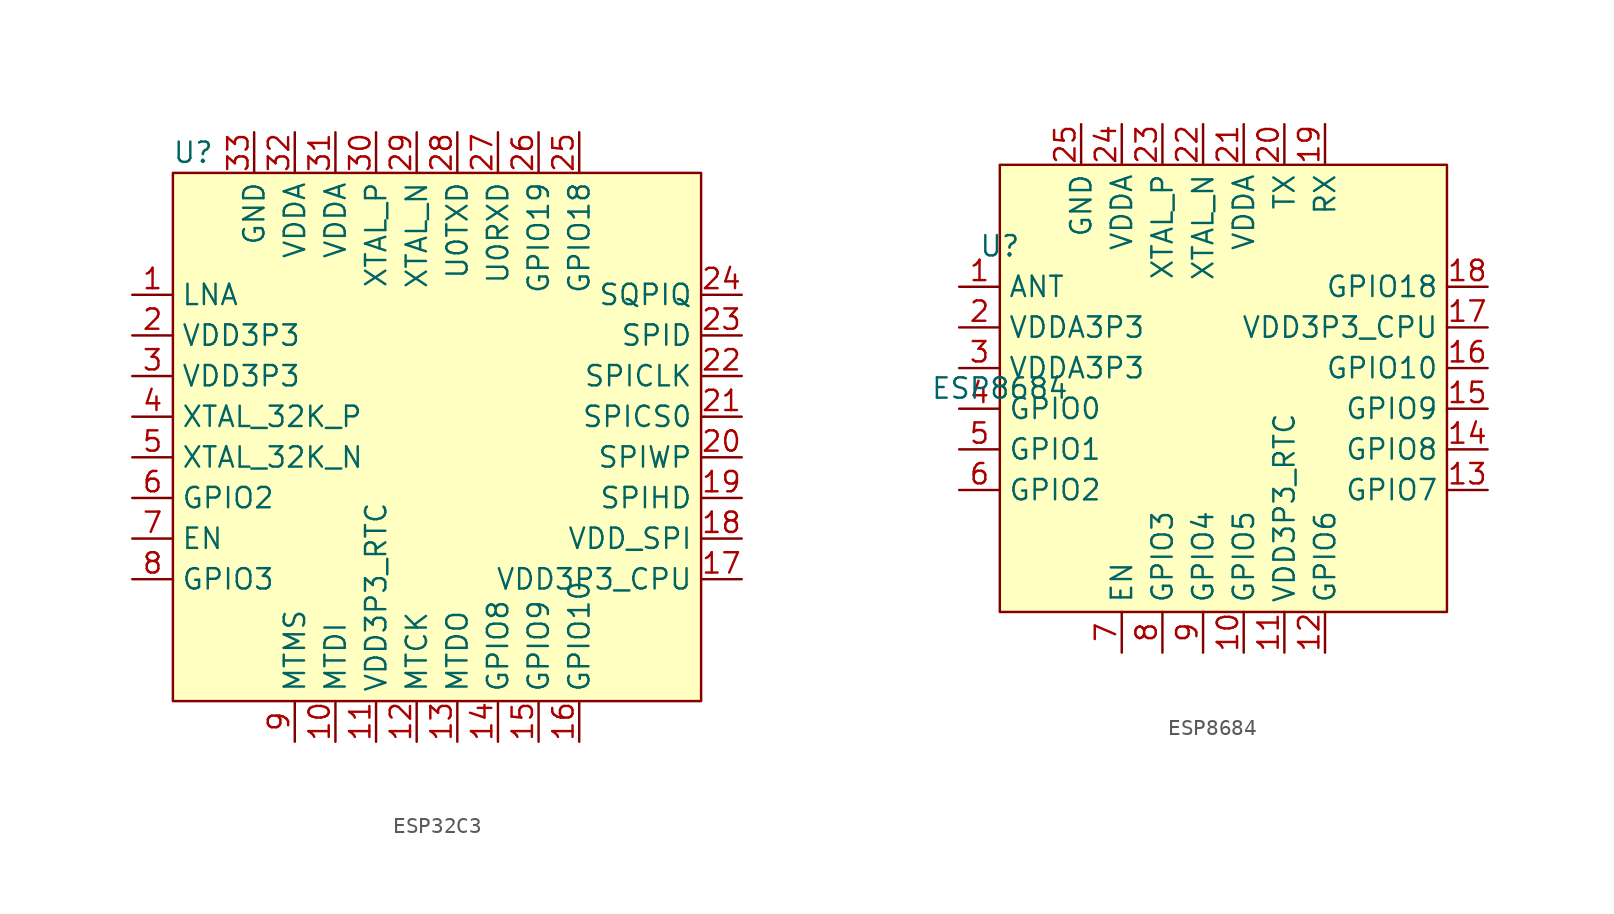
<source format=kicad_sym>
(kicad_symbol_lib
  (version 20220914)
  (generator kicad_symbol_editor)
  (symbol "ESP32C3"
    (property "Reference" "U"
      (at -15.24 17.78 0)
      (effects (font (size 1.27 1.27))))
    (property "Value" ""
      (at -15.24 -7.62 0)
      (effects (font (size 1.27 1.27))))
    (symbol "ESP32C3_1_1"
      (rectangle (start -16.51 16.51) (end 16.51 -16.51) (stroke (width 0) (type default)) (fill (type background)))
      (pin bidirectional line (at -19.05 8.89 0) (length 2.54) (name "LNA" (effects (font (size 1.27 1.27)))) (number "1" (effects (font (size 1.27 1.27)))))
      (pin bidirectional line (at -6.35 -19.05 90) (length 2.54) (name "MTDI" (effects (font (size 1.27 1.27)))) (number "10" (effects (font (size 1.27 1.27)))))
      (pin bidirectional line (at -3.81 -19.05 90) (length 2.54) (name "VDD3P3_RTC" (effects (font (size 1.27 1.27)))) (number "11" (effects (font (size 1.27 1.27)))))
      (pin bidirectional line (at -1.27 -19.05 90) (length 2.54) (name "MTCK" (effects (font (size 1.27 1.27)))) (number "12" (effects (font (size 1.27 1.27)))))
      (pin bidirectional line (at 1.27 -19.05 90) (length 2.54) (name "MTDO" (effects (font (size 1.27 1.27)))) (number "13" (effects (font (size 1.27 1.27)))))
      (pin bidirectional line (at 3.81 -19.05 90) (length 2.54) (name "GPIO8" (effects (font (size 1.27 1.27)))) (number "14" (effects (font (size 1.27 1.27)))))
      (pin bidirectional line (at 6.35 -19.05 90) (length 2.54) (name "GPIO9" (effects (font (size 1.27 1.27)))) (number "15" (effects (font (size 1.27 1.27)))))
      (pin bidirectional line (at 8.89 -19.05 90) (length 2.54) (name "GPIO10" (effects (font (size 1.27 1.27)))) (number "16" (effects (font (size 1.27 1.27)))))
      (pin power_in line (at 19.05 -8.89 180) (length 2.54) (name "VDD3P3_CPU" (effects (font (size 1.27 1.27)))) (number "17" (effects (font (size 1.27 1.27)))))
      (pin power_out line (at 19.05 -6.35 180) (length 2.54) (name "VDD_SPI" (effects (font (size 1.27 1.27)))) (number "18" (effects (font (size 1.27 1.27)))))
      (pin bidirectional line (at 19.05 -3.81 180) (length 2.54) (name "SPIHD" (effects (font (size 1.27 1.27)))) (number "19" (effects (font (size 1.27 1.27)))))
      (pin power_in line (at -19.05 6.35 0) (length 2.54) (name "VDD3P3" (effects (font (size 1.27 1.27)))) (number "2" (effects (font (size 1.27 1.27)))))
      (pin bidirectional line (at 19.05 -1.27 180) (length 2.54) (name "SPIWP" (effects (font (size 1.27 1.27)))) (number "20" (effects (font (size 1.27 1.27)))))
      (pin bidirectional line (at 19.05 1.27 180) (length 2.54) (name "SPICS0" (effects (font (size 1.27 1.27)))) (number "21" (effects (font (size 1.27 1.27)))))
      (pin bidirectional line (at 19.05 3.81 180) (length 2.54) (name "SPICLK" (effects (font (size 1.27 1.27)))) (number "22" (effects (font (size 1.27 1.27)))))
      (pin bidirectional line (at 19.05 6.35 180) (length 2.54) (name "SPID" (effects (font (size 1.27 1.27)))) (number "23" (effects (font (size 1.27 1.27)))))
      (pin bidirectional line (at 19.05 8.89 180) (length 2.54) (name "SQPIQ" (effects (font (size 1.27 1.27)))) (number "24" (effects (font (size 1.27 1.27)))))
      (pin bidirectional line (at 8.89 19.05 270) (length 2.54) (name "GPIO18" (effects (font (size 1.27 1.27)))) (number "25" (effects (font (size 1.27 1.27)))))
      (pin bidirectional line (at 6.35 19.05 270) (length 2.54) (name "GPIO19" (effects (font (size 1.27 1.27)))) (number "26" (effects (font (size 1.27 1.27)))))
      (pin bidirectional line (at 3.81 19.05 270) (length 2.54) (name "U0RXD" (effects (font (size 1.27 1.27)))) (number "27" (effects (font (size 1.27 1.27)))))
      (pin bidirectional line (at 1.27 19.05 270) (length 2.54) (name "U0TXD" (effects (font (size 1.27 1.27)))) (number "28" (effects (font (size 1.27 1.27)))))
      (pin bidirectional line (at -1.27 19.05 270) (length 2.54) (name "XTAL_N" (effects (font (size 1.27 1.27)))) (number "29" (effects (font (size 1.27 1.27)))))
      (pin power_in line (at -19.05 3.81 0) (length 2.54) (name "VDD3P3" (effects (font (size 1.27 1.27)))) (number "3" (effects (font (size 1.27 1.27)))))
      (pin bidirectional line (at -3.81 19.05 270) (length 2.54) (name "XTAL_P" (effects (font (size 1.27 1.27)))) (number "30" (effects (font (size 1.27 1.27)))))
      (pin power_in line (at -6.35 19.05 270) (length 2.54) (name "VDDA" (effects (font (size 1.27 1.27)))) (number "31" (effects (font (size 1.27 1.27)))))
      (pin power_in line (at -8.89 19.05 270) (length 2.54) (name "VDDA" (effects (font (size 1.27 1.27)))) (number "32" (effects (font (size 1.27 1.27)))))
      (pin power_in line (at -11.43 19.05 270) (length 2.54) (name "GND" (effects (font (size 1.27 1.27)))) (number "33" (effects (font (size 1.27 1.27)))))
      (pin bidirectional line (at -19.05 1.27 0) (length 2.54) (name "XTAL_32K_P" (effects (font (size 1.27 1.27)))) (number "4" (effects (font (size 1.27 1.27)))))
      (pin bidirectional line (at -19.05 -1.27 0) (length 2.54) (name "XTAL_32K_N" (effects (font (size 1.27 1.27)))) (number "5" (effects (font (size 1.27 1.27)))))
      (pin bidirectional line (at -19.05 -3.81 0) (length 2.54) (name "GPIO2" (effects (font (size 1.27 1.27)))) (number "6" (effects (font (size 1.27 1.27)))))
      (pin bidirectional line (at -19.05 -6.35 0) (length 2.54) (name "EN" (effects (font (size 1.27 1.27)))) (number "7" (effects (font (size 1.27 1.27)))))
      (pin bidirectional line (at -19.05 -8.89 0) (length 2.54) (name "GPIO3" (effects (font (size 1.27 1.27)))) (number "8" (effects (font (size 1.27 1.27)))))
      (pin bidirectional line (at -8.89 -19.05 90) (length 2.54) (name "MTMS" (effects (font (size 1.27 1.27)))) (number "9" (effects (font (size 1.27 1.27)))))))
  (symbol "ESP8684"
    (property "Reference" "U"
      (at -13.97 8.89 0)
      (effects (font (size 1.27 1.27))))
    (property "Value" "ESP8684"
      (at -13.97 0 0)
      (effects (font (size 1.27 1.27))))
    (symbol "ESP8684_1_1"
      (rectangle (start -13.97 13.97) (end 13.97 -13.97) (stroke (width 0) (type default)) (fill (type background)))
      (pin bidirectional line (at -16.51 6.35 0) (length 2.54) (name "ANT" (effects (font (size 1.27 1.27)))) (number "1" (effects (font (size 1.27 1.27)))))
      (pin bidirectional line (at 1.27 -16.51 90) (length 2.54) (name "GPIO5" (effects (font (size 1.27 1.27)))) (number "10" (effects (font (size 1.27 1.27)))))
      (pin power_in line (at 3.81 -16.51 90) (length 2.54) (name "VDD3P3_RTC" (effects (font (size 1.27 1.27)))) (number "11" (effects (font (size 1.27 1.27)))))
      (pin bidirectional line (at 6.35 -16.51 90) (length 2.54) (name "GPIO6" (effects (font (size 1.27 1.27)))) (number "12" (effects (font (size 1.27 1.27)))))
      (pin bidirectional line (at 16.51 -6.35 180) (length 2.54) (name "GPIO7" (effects (font (size 1.27 1.27)))) (number "13" (effects (font (size 1.27 1.27)))))
      (pin bidirectional line (at 16.51 -3.81 180) (length 2.54) (name "GPIO8" (effects (font (size 1.27 1.27)))) (number "14" (effects (font (size 1.27 1.27)))))
      (pin bidirectional line (at 16.51 -1.27 180) (length 2.54) (name "GPIO9" (effects (font (size 1.27 1.27)))) (number "15" (effects (font (size 1.27 1.27)))))
      (pin bidirectional line (at 16.51 1.27 180) (length 2.54) (name "GPIO10" (effects (font (size 1.27 1.27)))) (number "16" (effects (font (size 1.27 1.27)))))
      (pin bidirectional line (at 16.51 3.81 180) (length 2.54) (name "VDD3P3_CPU" (effects (font (size 1.27 1.27)))) (number "17" (effects (font (size 1.27 1.27)))))
      (pin bidirectional line (at 16.51 6.35 180) (length 2.54) (name "GPIO18" (effects (font (size 1.27 1.27)))) (number "18" (effects (font (size 1.27 1.27)))))
      (pin bidirectional line (at 6.35 16.51 270) (length 2.54) (name "RX" (effects (font (size 1.27 1.27)))) (number "19" (effects (font (size 1.27 1.27)))))
      (pin power_in line (at -16.51 3.81 0) (length 2.54) (name "VDDA3P3" (effects (font (size 1.27 1.27)))) (number "2" (effects (font (size 1.27 1.27)))))
      (pin bidirectional line (at 3.81 16.51 270) (length 2.54) (name "TX" (effects (font (size 1.27 1.27)))) (number "20" (effects (font (size 1.27 1.27)))))
      (pin bidirectional line (at 1.27 16.51 270) (length 2.54) (name "VDDA" (effects (font (size 1.27 1.27)))) (number "21" (effects (font (size 1.27 1.27)))))
      (pin bidirectional line (at -1.27 16.51 270) (length 2.54) (name "XTAL_N" (effects (font (size 1.27 1.27)))) (number "22" (effects (font (size 1.27 1.27)))))
      (pin bidirectional line (at -3.81 16.51 270) (length 2.54) (name "XTAL_P" (effects (font (size 1.27 1.27)))) (number "23" (effects (font (size 1.27 1.27)))))
      (pin power_in line (at -6.35 16.51 270) (length 2.54) (name "VDDA" (effects (font (size 1.27 1.27)))) (number "24" (effects (font (size 1.27 1.27)))))
      (pin power_in line (at -8.89 16.51 270) (length 2.54) (name "GND" (effects (font (size 1.27 1.27)))) (number "25" (effects (font (size 1.27 1.27)))))
      (pin power_in line (at -16.51 1.27 0) (length 2.54) (name "VDDA3P3" (effects (font (size 1.27 1.27)))) (number "3" (effects (font (size 1.27 1.27)))))
      (pin bidirectional line (at -16.51 -1.27 0) (length 2.54) (name "GPIO0" (effects (font (size 1.27 1.27)))) (number "4" (effects (font (size 1.27 1.27)))))
      (pin bidirectional line (at -16.51 -3.81 0) (length 2.54) (name "GPIO1" (effects (font (size 1.27 1.27)))) (number "5" (effects (font (size 1.27 1.27)))))
      (pin bidirectional line (at -16.51 -6.35 0) (length 2.54) (name "GPIO2" (effects (font (size 1.27 1.27)))) (number "6" (effects (font (size 1.27 1.27)))))
      (pin bidirectional line (at -6.35 -16.51 90) (length 2.54) (name "EN" (effects (font (size 1.27 1.27)))) (number "7" (effects (font (size 1.27 1.27)))))
      (pin bidirectional line (at -3.81 -16.51 90) (length 2.54) (name "GPIO3" (effects (font (size 1.27 1.27)))) (number "8" (effects (font (size 1.27 1.27)))))
      (pin bidirectional line (at -1.27 -16.51 90) (length 2.54) (name "GPIO4" (effects (font (size 1.27 1.27)))) (number "9" (effects (font (size 1.27 1.27))))))))
</source>
